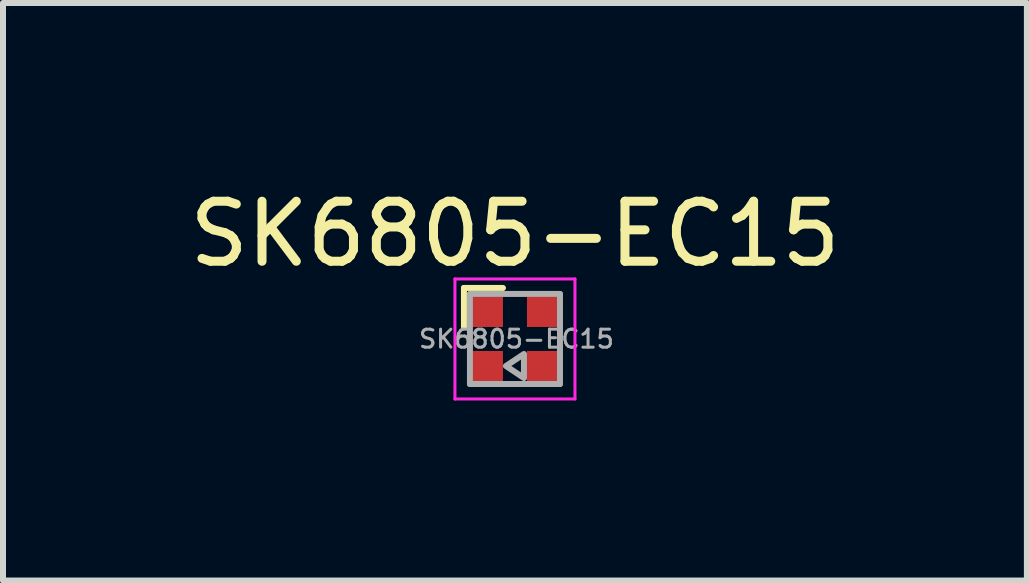
<source format=kicad_pcb>
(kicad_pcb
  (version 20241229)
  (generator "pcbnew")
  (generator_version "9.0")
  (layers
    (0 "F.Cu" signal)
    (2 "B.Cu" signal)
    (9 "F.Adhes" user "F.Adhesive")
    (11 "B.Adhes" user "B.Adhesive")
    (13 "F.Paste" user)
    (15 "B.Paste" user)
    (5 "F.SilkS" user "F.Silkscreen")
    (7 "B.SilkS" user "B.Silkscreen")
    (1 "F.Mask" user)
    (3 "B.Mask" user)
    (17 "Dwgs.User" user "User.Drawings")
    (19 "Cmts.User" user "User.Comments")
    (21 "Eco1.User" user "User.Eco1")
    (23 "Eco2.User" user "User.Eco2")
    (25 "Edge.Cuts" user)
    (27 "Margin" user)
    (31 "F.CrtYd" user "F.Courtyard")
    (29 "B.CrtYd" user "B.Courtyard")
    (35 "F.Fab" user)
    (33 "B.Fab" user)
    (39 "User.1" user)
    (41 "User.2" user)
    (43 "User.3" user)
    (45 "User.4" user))
  (footprint "SK6805-EC15"
    (layer "F.Cu")
    (at 5.53 2.598)
    (property "Reference" "SK6805-EC15" (at 0 -1.75 0) (unlocked yes) (layer "F.SilkS") (effects (font (size 1 1) (thickness 0.15))))
    (attr smd)
    (fp_line (start -0.85 -0.85) (end -0.2 -0.85) (stroke (width 0.1) (type solid)) (layer "F.SilkS"))
    (fp_line (start -0.85 -0.2) (end -0.85 -0.85) (stroke (width 0.1) (type solid)) (layer "F.SilkS"))
    (fp_line (start -1 -1) (end 1 -1) (stroke (width 0.05) (type solid)) (layer "F.CrtYd"))
    (fp_line (start -1 1) (end -1 -1) (stroke (width 0.05) (type solid)) (layer "F.CrtYd"))
    (fp_line (start 1 -1) (end 1 1) (stroke (width 0.05) (type solid)) (layer "F.CrtYd"))
    (fp_line (start 1 1) (end -1 1) (stroke (width 0.05) (type solid)) (layer "F.CrtYd"))
    (fp_line (start -0.75 -0.75) (end 0.75 -0.75) (stroke (width 0.1) (type solid)) (layer "F.Fab"))
    (fp_line (start -0.75 0.75) (end -0.75 -0.75) (stroke (width 0.1) (type solid)) (layer "F.Fab"))
    (fp_line (start 0.75 -0.75) (end 0.75 0.75) (stroke (width 0.1) (type solid)) (layer "F.Fab"))
    (fp_line (start 0.75 0.75) (end -0.75 0.75) (stroke (width 0.1) (type solid)) (layer "F.Fab"))
    (fp_poly (pts (xy 0.15 0.25) (xy -0.15 0.45) (xy 0.15 0.65)) (stroke (width 0.1) (type solid)) (fill no) (layer "F.Fab"))
    (fp_text user "${REFERENCE}" (at 0.025 0 0) (layer "F.Fab") (effects (font (size 0.3 0.3) (thickness 0.05))))
    (pad "1" smd rect (at -0.45 -0.45) (size 0.5 0.5) (layers "F.Cu" "F.Mask" "F.Paste"))
    (pad "2" smd rect (at -0.45 0.45) (size 0.5 0.5) (layers "F.Cu" "F.Mask" "F.Paste"))
    (pad "3" smd rect (at 0.45 0.45) (size 0.5 0.5) (layers "F.Cu" "F.Mask" "F.Paste"))
    (pad "4" smd rect (at 0.45 -0.45) (size 0.5 0.5) (layers "F.Cu" "F.Mask" "F.Paste")))
  (gr_rect
    (start -3 -3)
    (end 14.06 6.623)
    (stroke (width 0.1) (type default))
    (fill no)
    (layer "Edge.Cuts")))
</source>
